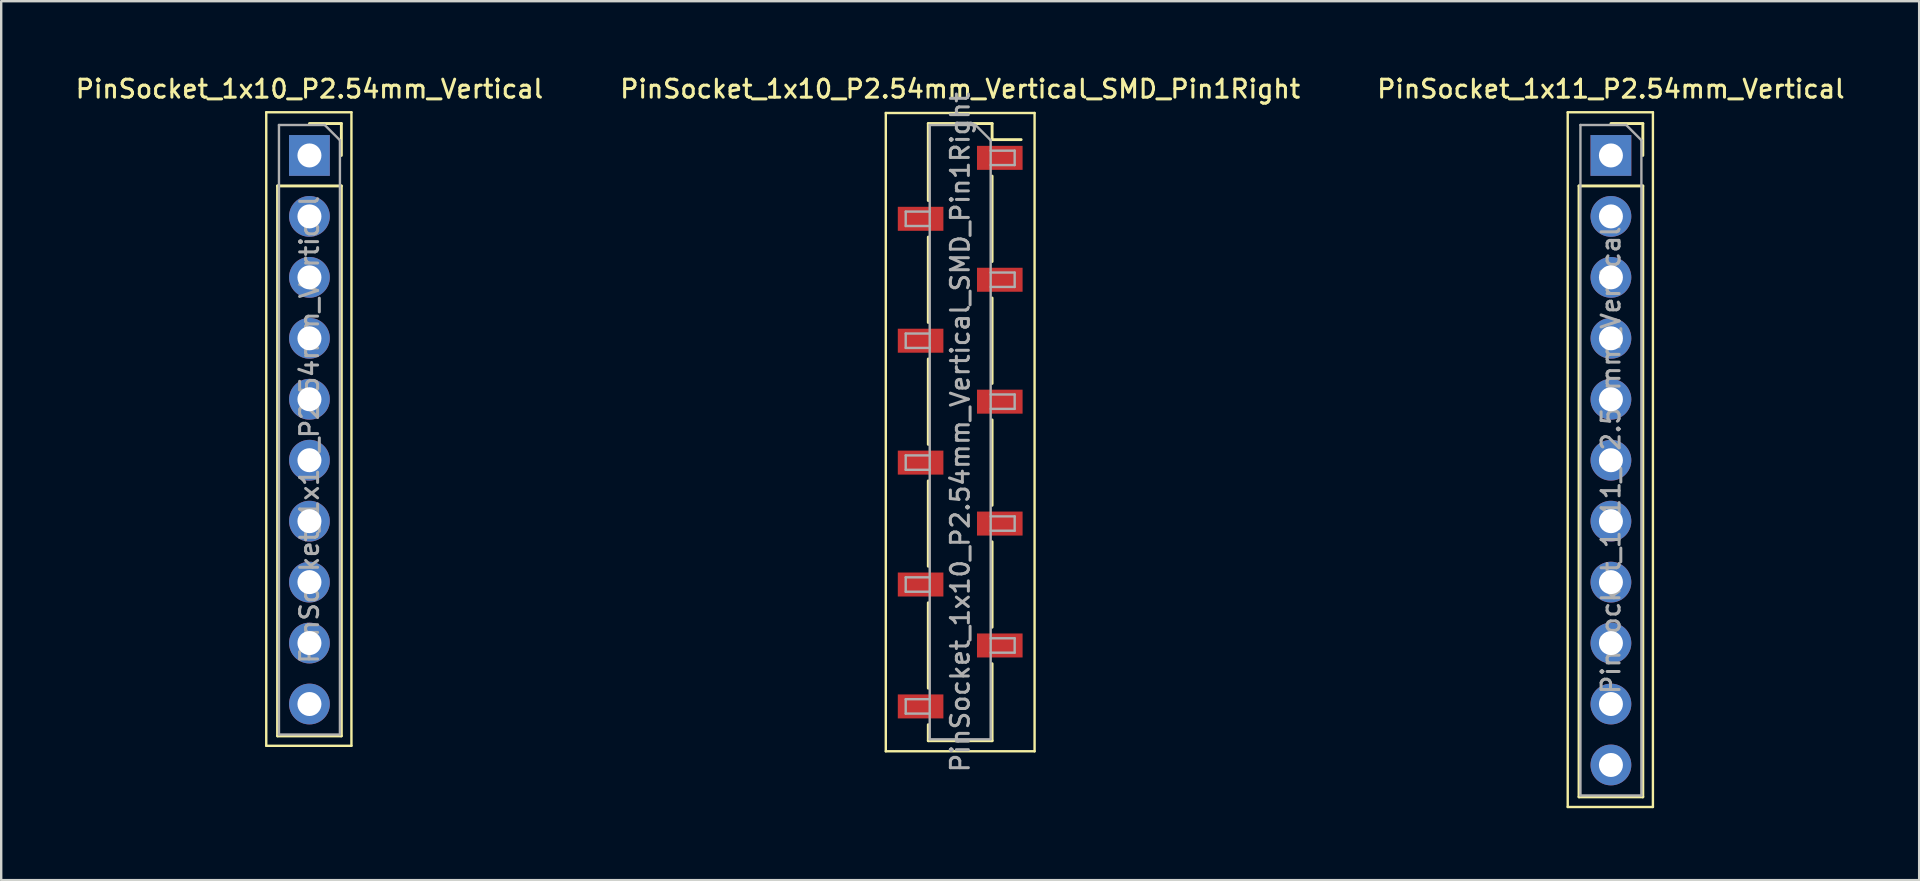
<source format=kicad_pcb>
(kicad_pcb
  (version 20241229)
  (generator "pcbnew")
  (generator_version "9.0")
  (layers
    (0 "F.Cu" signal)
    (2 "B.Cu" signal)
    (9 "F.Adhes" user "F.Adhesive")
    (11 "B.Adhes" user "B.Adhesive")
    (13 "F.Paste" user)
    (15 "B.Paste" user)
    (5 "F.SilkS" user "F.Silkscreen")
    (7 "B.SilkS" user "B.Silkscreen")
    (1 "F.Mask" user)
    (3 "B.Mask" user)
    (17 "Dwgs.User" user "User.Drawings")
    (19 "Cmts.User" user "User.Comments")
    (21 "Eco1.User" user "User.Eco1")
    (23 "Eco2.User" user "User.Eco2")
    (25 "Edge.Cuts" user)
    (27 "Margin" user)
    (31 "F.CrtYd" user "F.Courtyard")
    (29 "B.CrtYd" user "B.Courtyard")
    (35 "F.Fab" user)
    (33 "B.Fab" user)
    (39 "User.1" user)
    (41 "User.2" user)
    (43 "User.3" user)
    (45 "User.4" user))
  (footprint "PinSocket_1x11_P2.54mm_Vertical"
    (layer "F.Cu")
    (at 64.08 3.428)
    (property "Reference" "PinSocket_1x11_P2.54mm_Vertical" (at 0 -2.77 0) (layer "F.SilkS") (effects (font (size 0.75 0.75) (thickness 0.125))))
    (attr through_hole)
    (fp_line (start -1.8 -1.8) (end 1.75 -1.8) (stroke (width 0.1) (type solid)) (layer "F.SilkS"))
    (fp_line (start -1.8 27.15) (end -1.8 -1.8) (stroke (width 0.1) (type solid)) (layer "F.SilkS"))
    (fp_line (start -1.33 1.27) (end -1.33 26.73) (stroke (width 0.12) (type solid)) (layer "F.SilkS"))
    (fp_line (start -1.33 1.27) (end 1.33 1.27) (stroke (width 0.12) (type solid)) (layer "F.SilkS"))
    (fp_line (start -1.33 26.73) (end 1.33 26.73) (stroke (width 0.12) (type solid)) (layer "F.SilkS"))
    (fp_line (start 0 -1.33) (end 1.33 -1.33) (stroke (width 0.12) (type solid)) (layer "F.SilkS"))
    (fp_line (start 1.33 -1.33) (end 1.33 0) (stroke (width 0.12) (type solid)) (layer "F.SilkS"))
    (fp_line (start 1.33 1.27) (end 1.33 26.73) (stroke (width 0.12) (type solid)) (layer "F.SilkS"))
    (fp_line (start 1.75 -1.8) (end 1.75 27.15) (stroke (width 0.1) (type solid)) (layer "F.SilkS"))
    (fp_line (start 1.75 27.15) (end -1.8 27.15) (stroke (width 0.1) (type solid)) (layer "F.SilkS"))
    (fp_line (start -1.27 -1.27) (end 0.635 -1.27) (stroke (width 0.1) (type solid)) (layer "F.Fab"))
    (fp_line (start -1.27 26.67) (end -1.27 -1.27) (stroke (width 0.1) (type solid)) (layer "F.Fab"))
    (fp_line (start 0.635 -1.27) (end 1.27 -0.635) (stroke (width 0.1) (type solid)) (layer "F.Fab"))
    (fp_line (start 1.27 -0.635) (end 1.27 26.67) (stroke (width 0.1) (type solid)) (layer "F.Fab"))
    (fp_line (start 1.27 26.67) (end -1.27 26.67) (stroke (width 0.1) (type solid)) (layer "F.Fab"))
    (fp_text user "${REFERENCE}" (at 0 12.7 90) (layer "F.Fab") (effects (font (size 0.75 0.75) (thickness 0.125))))
    (pad "1" thru_hole rect (at 0 0) (size 1.7 1.7) (drill 1) (layers "*.Cu" "*.Mask"))
    (pad "2" thru_hole oval (at 0 2.54) (size 1.7 1.7) (drill 1) (layers "*.Cu" "*.Mask"))
    (pad "3" thru_hole oval (at 0 5.08) (size 1.7 1.7) (drill 1) (layers "*.Cu" "*.Mask"))
    (pad "4" thru_hole oval (at 0 7.62) (size 1.7 1.7) (drill 1) (layers "*.Cu" "*.Mask"))
    (pad "5" thru_hole oval (at 0 10.16) (size 1.7 1.7) (drill 1) (layers "*.Cu" "*.Mask"))
    (pad "6" thru_hole oval (at 0 12.7) (size 1.7 1.7) (drill 1) (layers "*.Cu" "*.Mask"))
    (pad "7" thru_hole oval (at 0 15.24) (size 1.7 1.7) (drill 1) (layers "*.Cu" "*.Mask"))
    (pad "8" thru_hole oval (at 0 17.78) (size 1.7 1.7) (drill 1) (layers "*.Cu" "*.Mask"))
    (pad "9" thru_hole oval (at 0 20.32) (size 1.7 1.7) (drill 1) (layers "*.Cu" "*.Mask"))
    (pad "10" thru_hole oval (at 0 22.86) (size 1.7 1.7) (drill 1) (layers "*.Cu" "*.Mask"))
    (pad "11" thru_hole oval (at 0 25.4) (size 1.7 1.7) (drill 1) (layers "*.Cu" "*.Mask")))
  (footprint "PinSocket_1x10_P2.54mm_Vertical"
    (layer "F.Cu")
    (at 9.845 3.428)
    (property "Reference" "PinSocket_1x10_P2.54mm_Vertical" (at 0 -2.77 0) (layer "F.SilkS") (effects (font (size 0.75 0.75) (thickness 0.125))))
    (attr through_hole)
    (fp_line (start -1.8 -1.8) (end 1.75 -1.8) (stroke (width 0.1) (type solid)) (layer "F.SilkS"))
    (fp_line (start -1.8 24.6) (end -1.8 -1.8) (stroke (width 0.1) (type solid)) (layer "F.SilkS"))
    (fp_line (start -1.33 1.27) (end -1.33 24.19) (stroke (width 0.12) (type solid)) (layer "F.SilkS"))
    (fp_line (start -1.33 1.27) (end 1.33 1.27) (stroke (width 0.12) (type solid)) (layer "F.SilkS"))
    (fp_line (start -1.33 24.19) (end 1.33 24.19) (stroke (width 0.12) (type solid)) (layer "F.SilkS"))
    (fp_line (start 0 -1.33) (end 1.33 -1.33) (stroke (width 0.12) (type solid)) (layer "F.SilkS"))
    (fp_line (start 1.33 -1.33) (end 1.33 0) (stroke (width 0.12) (type solid)) (layer "F.SilkS"))
    (fp_line (start 1.33 1.27) (end 1.33 24.19) (stroke (width 0.12) (type solid)) (layer "F.SilkS"))
    (fp_line (start 1.75 -1.8) (end 1.75 24.6) (stroke (width 0.1) (type solid)) (layer "F.SilkS"))
    (fp_line (start 1.75 24.6) (end -1.8 24.6) (stroke (width 0.1) (type solid)) (layer "F.SilkS"))
    (fp_line (start -1.27 -1.27) (end 0.635 -1.27) (stroke (width 0.1) (type solid)) (layer "F.Fab"))
    (fp_line (start -1.27 24.13) (end -1.27 -1.27) (stroke (width 0.1) (type solid)) (layer "F.Fab"))
    (fp_line (start 0.635 -1.27) (end 1.27 -0.635) (stroke (width 0.1) (type solid)) (layer "F.Fab"))
    (fp_line (start 1.27 -0.635) (end 1.27 24.13) (stroke (width 0.1) (type solid)) (layer "F.Fab"))
    (fp_line (start 1.27 24.13) (end -1.27 24.13) (stroke (width 0.1) (type solid)) (layer "F.Fab"))
    (fp_text user "${REFERENCE}" (at 0 11.43 90) (layer "F.Fab") (effects (font (size 0.75 0.75) (thickness 0.125))))
    (pad "1" thru_hole rect (at 0 0) (size 1.7 1.7) (drill 1) (layers "*.Cu" "*.Mask"))
    (pad "2" thru_hole oval (at 0 2.54) (size 1.7 1.7) (drill 1) (layers "*.Cu" "*.Mask"))
    (pad "3" thru_hole oval (at 0 5.08) (size 1.7 1.7) (drill 1) (layers "*.Cu" "*.Mask"))
    (pad "4" thru_hole oval (at 0 7.62) (size 1.7 1.7) (drill 1) (layers "*.Cu" "*.Mask"))
    (pad "5" thru_hole oval (at 0 10.16) (size 1.7 1.7) (drill 1) (layers "*.Cu" "*.Mask"))
    (pad "6" thru_hole oval (at 0 12.7) (size 1.7 1.7) (drill 1) (layers "*.Cu" "*.Mask"))
    (pad "7" thru_hole oval (at 0 15.24) (size 1.7 1.7) (drill 1) (layers "*.Cu" "*.Mask"))
    (pad "8" thru_hole oval (at 0 17.78) (size 1.7 1.7) (drill 1) (layers "*.Cu" "*.Mask"))
    (pad "9" thru_hole oval (at 0 20.32) (size 1.7 1.7) (drill 1) (layers "*.Cu" "*.Mask"))
    (pad "10" thru_hole oval (at 0 22.86) (size 1.7 1.7) (drill 1) (layers "*.Cu" "*.Mask")))
  (footprint "PinSocket_1x10_P2.54mm_Vertical_SMD_Pin1Right"
    (layer "F.Cu")
    (at 36.963 14.958)
    (property "Reference" "PinSocket_1x10_P2.54mm_Vertical_SMD_Pin1Right" (at 0 -14.3 0) (layer "F.SilkS") (effects (font (size 0.75 0.75) (thickness 0.125))))
    (attr smd)
    (fp_line (start -3.1 -13.3) (end 3.1 -13.3) (stroke (width 0.1) (type solid)) (layer "F.SilkS"))
    (fp_line (start -3.1 13.3) (end -3.1 -13.3) (stroke (width 0.1) (type solid)) (layer "F.SilkS"))
    (fp_line (start -1.33 -12.86) (end -1.33 -9.65) (stroke (width 0.12) (type solid)) (layer "F.SilkS"))
    (fp_line (start -1.33 -12.86) (end 1.33 -12.86) (stroke (width 0.12) (type solid)) (layer "F.SilkS"))
    (fp_line (start -1.33 -8.13) (end -1.33 -4.57) (stroke (width 0.12) (type solid)) (layer "F.SilkS"))
    (fp_line (start -1.33 -3.05) (end -1.33 0.51) (stroke (width 0.12) (type solid)) (layer "F.SilkS"))
    (fp_line (start -1.33 2.03) (end -1.33 5.59) (stroke (width 0.12) (type solid)) (layer "F.SilkS"))
    (fp_line (start -1.33 7.11) (end -1.33 10.67) (stroke (width 0.12) (type solid)) (layer "F.SilkS"))
    (fp_line (start -1.33 12.19) (end -1.33 12.86) (stroke (width 0.12) (type solid)) (layer "F.SilkS"))
    (fp_line (start -1.33 12.86) (end 1.33 12.86) (stroke (width 0.12) (type solid)) (layer "F.SilkS"))
    (fp_line (start 1.33 -12.86) (end 1.33 -12.19) (stroke (width 0.12) (type solid)) (layer "F.SilkS"))
    (fp_line (start 1.33 -12.19) (end 2.54 -12.19) (stroke (width 0.12) (type solid)) (layer "F.SilkS"))
    (fp_line (start 1.33 -10.67) (end 1.33 -7.11) (stroke (width 0.12) (type solid)) (layer "F.SilkS"))
    (fp_line (start 1.33 -5.59) (end 1.33 -2.03) (stroke (width 0.12) (type solid)) (layer "F.SilkS"))
    (fp_line (start 1.33 -0.51) (end 1.33 3.05) (stroke (width 0.12) (type solid)) (layer "F.SilkS"))
    (fp_line (start 1.33 4.57) (end 1.33 8.13) (stroke (width 0.12) (type solid)) (layer "F.SilkS"))
    (fp_line (start 1.33 9.65) (end 1.33 12.86) (stroke (width 0.12) (type solid)) (layer "F.SilkS"))
    (fp_line (start 3.1 -13.3) (end 3.1 13.3) (stroke (width 0.1) (type solid)) (layer "F.SilkS"))
    (fp_line (start 3.1 13.3) (end -3.1 13.3) (stroke (width 0.1) (type solid)) (layer "F.SilkS"))
    (fp_line (start -2.27 -9.19) (end -1.27 -9.19) (stroke (width 0.1) (type solid)) (layer "F.Fab"))
    (fp_line (start -2.27 -8.59) (end -2.27 -9.19) (stroke (width 0.1) (type solid)) (layer "F.Fab"))
    (fp_line (start -2.27 -4.11) (end -1.27 -4.11) (stroke (width 0.1) (type solid)) (layer "F.Fab"))
    (fp_line (start -2.27 -3.51) (end -2.27 -4.11) (stroke (width 0.1) (type solid)) (layer "F.Fab"))
    (fp_line (start -2.27 0.97) (end -1.27 0.97) (stroke (width 0.1) (type solid)) (layer "F.Fab"))
    (fp_line (start -2.27 1.57) (end -2.27 0.97) (stroke (width 0.1) (type solid)) (layer "F.Fab"))
    (fp_line (start -2.27 6.05) (end -1.27 6.05) (stroke (width 0.1) (type solid)) (layer "F.Fab"))
    (fp_line (start -2.27 6.65) (end -2.27 6.05) (stroke (width 0.1) (type solid)) (layer "F.Fab"))
    (fp_line (start -2.27 11.13) (end -1.27 11.13) (stroke (width 0.1) (type solid)) (layer "F.Fab"))
    (fp_line (start -2.27 11.73) (end -2.27 11.13) (stroke (width 0.1) (type solid)) (layer "F.Fab"))
    (fp_line (start -1.27 -12.8) (end 0.635 -12.8) (stroke (width 0.1) (type solid)) (layer "F.Fab"))
    (fp_line (start -1.27 -8.59) (end -2.27 -8.59) (stroke (width 0.1) (type solid)) (layer "F.Fab"))
    (fp_line (start -1.27 -3.51) (end -2.27 -3.51) (stroke (width 0.1) (type solid)) (layer "F.Fab"))
    (fp_line (start -1.27 1.57) (end -2.27 1.57) (stroke (width 0.1) (type solid)) (layer "F.Fab"))
    (fp_line (start -1.27 6.65) (end -2.27 6.65) (stroke (width 0.1) (type solid)) (layer "F.Fab"))
    (fp_line (start -1.27 11.73) (end -2.27 11.73) (stroke (width 0.1) (type solid)) (layer "F.Fab"))
    (fp_line (start -1.27 12.8) (end -1.27 -12.8) (stroke (width 0.1) (type solid)) (layer "F.Fab"))
    (fp_line (start 0.635 -12.8) (end 1.27 -12.165) (stroke (width 0.1) (type solid)) (layer "F.Fab"))
    (fp_line (start 1.27 -12.165) (end 1.27 12.8) (stroke (width 0.1) (type solid)) (layer "F.Fab"))
    (fp_line (start 1.27 -11.73) (end 2.27 -11.73) (stroke (width 0.1) (type solid)) (layer "F.Fab"))
    (fp_line (start 1.27 -6.65) (end 2.27 -6.65) (stroke (width 0.1) (type solid)) (layer "F.Fab"))
    (fp_line (start 1.27 -1.57) (end 2.27 -1.57) (stroke (width 0.1) (type solid)) (layer "F.Fab"))
    (fp_line (start 1.27 3.51) (end 2.27 3.51) (stroke (width 0.1) (type solid)) (layer "F.Fab"))
    (fp_line (start 1.27 8.59) (end 2.27 8.59) (stroke (width 0.1) (type solid)) (layer "F.Fab"))
    (fp_line (start 1.27 12.8) (end -1.27 12.8) (stroke (width 0.1) (type solid)) (layer "F.Fab"))
    (fp_line (start 2.27 -11.73) (end 2.27 -11.13) (stroke (width 0.1) (type solid)) (layer "F.Fab"))
    (fp_line (start 2.27 -11.13) (end 1.27 -11.13) (stroke (width 0.1) (type solid)) (layer "F.Fab"))
    (fp_line (start 2.27 -6.65) (end 2.27 -6.05) (stroke (width 0.1) (type solid)) (layer "F.Fab"))
    (fp_line (start 2.27 -6.05) (end 1.27 -6.05) (stroke (width 0.1) (type solid)) (layer "F.Fab"))
    (fp_line (start 2.27 -1.57) (end 2.27 -0.97) (stroke (width 0.1) (type solid)) (layer "F.Fab"))
    (fp_line (start 2.27 -0.97) (end 1.27 -0.97) (stroke (width 0.1) (type solid)) (layer "F.Fab"))
    (fp_line (start 2.27 3.51) (end 2.27 4.11) (stroke (width 0.1) (type solid)) (layer "F.Fab"))
    (fp_line (start 2.27 4.11) (end 1.27 4.11) (stroke (width 0.1) (type solid)) (layer "F.Fab"))
    (fp_line (start 2.27 8.59) (end 2.27 9.19) (stroke (width 0.1) (type solid)) (layer "F.Fab"))
    (fp_line (start 2.27 9.19) (end 1.27 9.19) (stroke (width 0.1) (type solid)) (layer "F.Fab"))
    (fp_text user "${REFERENCE}" (at 0 0 90) (layer "F.Fab") (effects (font (size 0.75 0.75) (thickness 0.125))))
    (pad "1" smd rect (at 1.65 -11.43) (size 1.9 1) (layers "F.Cu" "F.Mask" "F.Paste"))
    (pad "2" smd rect (at -1.65 -8.89) (size 1.9 1) (layers "F.Cu" "F.Mask" "F.Paste"))
    (pad "3" smd rect (at 1.65 -6.35) (size 1.9 1) (layers "F.Cu" "F.Mask" "F.Paste"))
    (pad "4" smd rect (at -1.65 -3.81) (size 1.9 1) (layers "F.Cu" "F.Mask" "F.Paste"))
    (pad "5" smd rect (at 1.65 -1.27) (size 1.9 1) (layers "F.Cu" "F.Mask" "F.Paste"))
    (pad "6" smd rect (at -1.65 1.27) (size 1.9 1) (layers "F.Cu" "F.Mask" "F.Paste"))
    (pad "7" smd rect (at 1.65 3.81) (size 1.9 1) (layers "F.Cu" "F.Mask" "F.Paste"))
    (pad "8" smd rect (at -1.65 6.35) (size 1.9 1) (layers "F.Cu" "F.Mask" "F.Paste"))
    (pad "9" smd rect (at 1.65 8.89) (size 1.9 1) (layers "F.Cu" "F.Mask" "F.Paste"))
    (pad "10" smd rect (at -1.65 11.43) (size 1.9 1) (layers "F.Cu" "F.Mask" "F.Paste")))
  (gr_rect
    (start -3 -3)
    (end 76.925 33.628)
    (stroke (width 0.1) (type default))
    (fill no)
    (layer "Edge.Cuts")))
</source>
